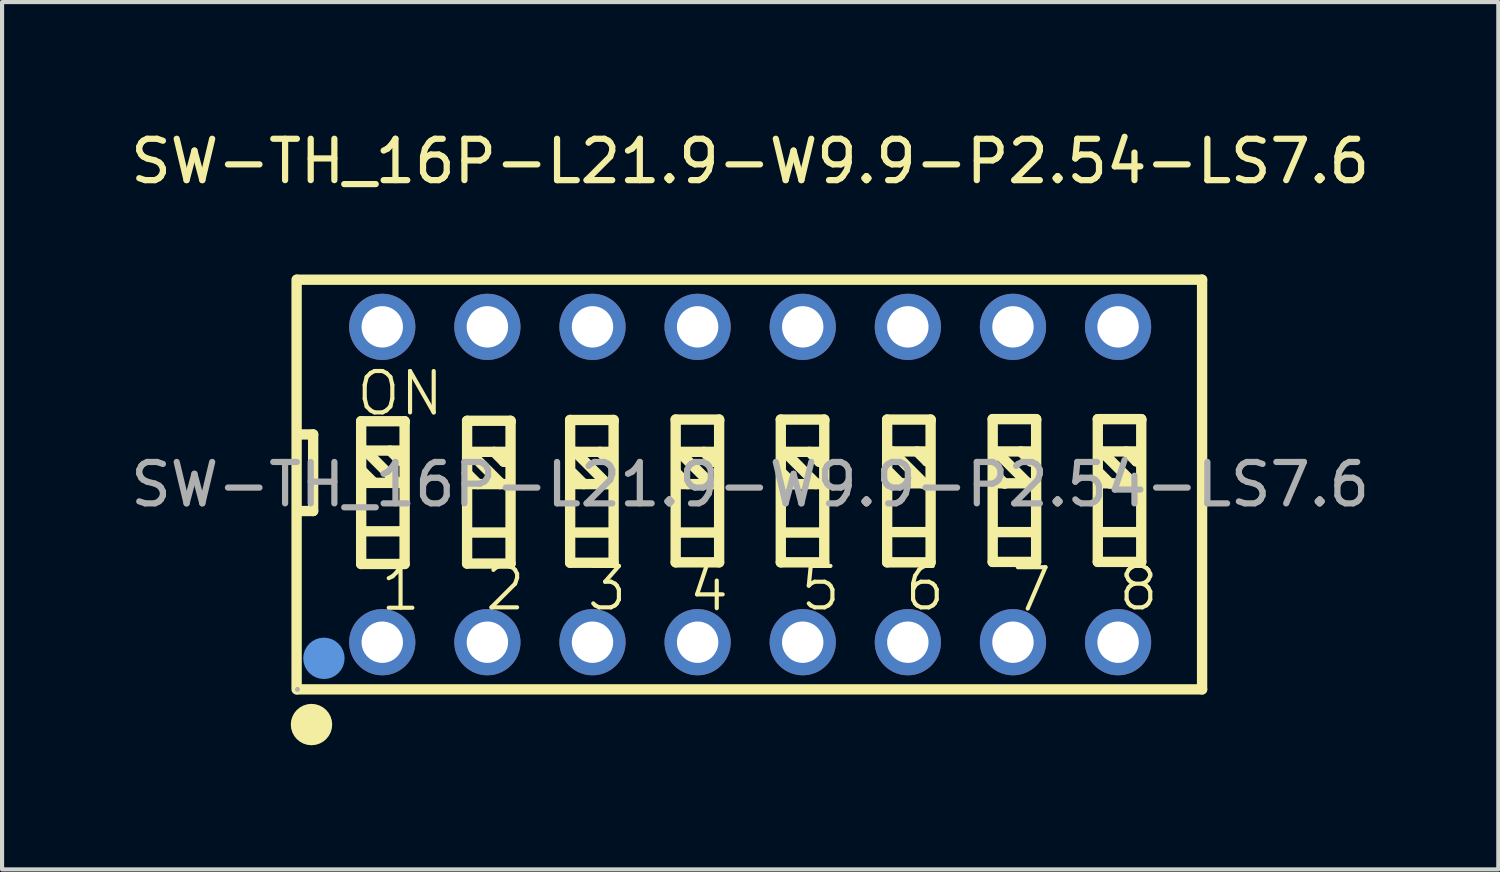
<source format=kicad_pcb>
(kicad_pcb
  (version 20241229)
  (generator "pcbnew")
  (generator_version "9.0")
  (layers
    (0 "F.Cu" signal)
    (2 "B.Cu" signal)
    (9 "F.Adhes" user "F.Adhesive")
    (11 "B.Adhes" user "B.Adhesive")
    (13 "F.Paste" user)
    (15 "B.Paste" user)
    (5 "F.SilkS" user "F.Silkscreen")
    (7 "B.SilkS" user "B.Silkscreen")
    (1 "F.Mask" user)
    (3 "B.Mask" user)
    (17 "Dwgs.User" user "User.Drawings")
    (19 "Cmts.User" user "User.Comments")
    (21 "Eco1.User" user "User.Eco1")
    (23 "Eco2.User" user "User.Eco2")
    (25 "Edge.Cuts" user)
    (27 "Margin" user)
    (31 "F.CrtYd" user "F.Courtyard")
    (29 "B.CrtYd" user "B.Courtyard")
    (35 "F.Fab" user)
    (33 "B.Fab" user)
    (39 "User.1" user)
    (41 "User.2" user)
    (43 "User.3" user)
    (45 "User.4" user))
  (footprint "SW-TH_16P-L21.9-W9.9-P2.54-LS7.6"
    (layer "F.Cu")
    (at 15.077 8.658)
    (property "Reference" "SW-TH_16P-L21.9-W9.9-P2.54-LS7.6" (at 0 -7.81 0) (layer "F.SilkS") (effects (font (size 1 1) (thickness 0.15))))
    (attr through_hole)
    (fp_line (start -10.96 -4.95) (end -10.96 4.95) (stroke (width 0.25) (type solid)) (layer "F.SilkS"))
    (fp_line (start -10.94 -4.95) (end 10.92 -4.95) (stroke (width 0.25) (type solid)) (layer "F.SilkS"))
    (fp_line (start -10.94 4.95) (end 10.92 4.95) (stroke (width 0.25) (type solid)) (layer "F.SilkS"))
    (fp_line (start -10.86 -1.21) (end -10.56 -1.21) (stroke (width 0.25) (type solid)) (layer "F.SilkS"))
    (fp_line (start -10.56 -1.21) (end -10.56 0.64) (stroke (width 0.25) (type solid)) (layer "F.SilkS"))
    (fp_line (start -10.56 0.64) (end -10.84 0.64) (stroke (width 0.25) (type solid)) (layer "F.SilkS"))
    (fp_line (start -9.4 -1.53) (end -9.4 1.92) (stroke (width 0.25) (type solid)) (layer "F.SilkS"))
    (fp_line (start -9.4 1.92) (end -8.35 1.92) (stroke (width 0.25) (type solid)) (layer "F.SilkS"))
    (fp_line (start -9.3 -0.82) (end -8.55 -0.07) (stroke (width 0.25) (type solid)) (layer "F.SilkS"))
    (fp_line (start -9.29 -0.04) (end -8.42 -0.04) (stroke (width 0.25) (type solid)) (layer "F.SilkS"))
    (fp_line (start -9.27 -0.82) (end -8.4 -0.82) (stroke (width 0.25) (type solid)) (layer "F.SilkS"))
    (fp_line (start -9.27 1.13) (end -8.4 1.13) (stroke (width 0.25) (type solid)) (layer "F.SilkS"))
    (fp_line (start -9.09 -0.04) (end -9.36 -0.31) (stroke (width 0.25) (type solid)) (layer "F.SilkS"))
    (fp_line (start -8.7 -0.82) (end -8.46 -0.58) (stroke (width 0.25) (type solid)) (layer "F.SilkS"))
    (fp_line (start -8.55 -0.07) (end -8.55 -0.04) (stroke (width 0.25) (type solid)) (layer "F.SilkS"))
    (fp_line (start -8.46 -0.58) (end -8.43 -0.58) (stroke (width 0.25) (type solid)) (layer "F.SilkS"))
    (fp_line (start -8.35 -1.53) (end -9.4 -1.53) (stroke (width 0.25) (type solid)) (layer "F.SilkS"))
    (fp_line (start -8.35 -1.5) (end -8.35 -1.53) (stroke (width 0.25) (type solid)) (layer "F.SilkS"))
    (fp_line (start -8.35 1.92) (end -8.35 -1.5) (stroke (width 0.25) (type solid)) (layer "F.SilkS"))
    (fp_line (start -6.84 -1.54) (end -6.84 1.91) (stroke (width 0.25) (type solid)) (layer "F.SilkS"))
    (fp_line (start -6.84 1.91) (end -5.79 1.91) (stroke (width 0.25) (type solid)) (layer "F.SilkS"))
    (fp_line (start -6.79 -0.79) (end -6.04 -0.04) (stroke (width 0.25) (type solid)) (layer "F.SilkS"))
    (fp_line (start -6.78 -0.01) (end -5.91 -0.01) (stroke (width 0.25) (type solid)) (layer "F.SilkS"))
    (fp_line (start -6.76 -0.79) (end -5.89 -0.79) (stroke (width 0.25) (type solid)) (layer "F.SilkS"))
    (fp_line (start -6.76 1.16) (end -5.89 1.16) (stroke (width 0.25) (type solid)) (layer "F.SilkS"))
    (fp_line (start -6.58 -0.01) (end -6.85 -0.28) (stroke (width 0.25) (type solid)) (layer "F.SilkS"))
    (fp_line (start -6.19 -0.79) (end -5.95 -0.55) (stroke (width 0.25) (type solid)) (layer "F.SilkS"))
    (fp_line (start -6.04 -0.04) (end -6.04 -0.01) (stroke (width 0.25) (type solid)) (layer "F.SilkS"))
    (fp_line (start -5.95 -0.55) (end -5.92 -0.55) (stroke (width 0.25) (type solid)) (layer "F.SilkS"))
    (fp_line (start -5.79 -1.54) (end -6.84 -1.54) (stroke (width 0.25) (type solid)) (layer "F.SilkS"))
    (fp_line (start -5.79 -1.51) (end -5.79 -1.54) (stroke (width 0.25) (type solid)) (layer "F.SilkS"))
    (fp_line (start -5.79 1.91) (end -5.79 -1.51) (stroke (width 0.25) (type solid)) (layer "F.SilkS"))
    (fp_line (start -4.35 -1.56) (end -4.35 1.89) (stroke (width 0.25) (type solid)) (layer "F.SilkS"))
    (fp_line (start -4.35 1.89) (end -3.3 1.89) (stroke (width 0.25) (type solid)) (layer "F.SilkS"))
    (fp_line (start -4.23 -0.79) (end -3.48 -0.04) (stroke (width 0.25) (type solid)) (layer "F.SilkS"))
    (fp_line (start -4.22 -0.01) (end -3.35 -0.01) (stroke (width 0.25) (type solid)) (layer "F.SilkS"))
    (fp_line (start -4.2 -0.79) (end -3.33 -0.79) (stroke (width 0.25) (type solid)) (layer "F.SilkS"))
    (fp_line (start -4.2 1.16) (end -3.33 1.16) (stroke (width 0.25) (type solid)) (layer "F.SilkS"))
    (fp_line (start -4.02 -0.01) (end -4.29 -0.28) (stroke (width 0.25) (type solid)) (layer "F.SilkS"))
    (fp_line (start -3.63 -0.79) (end -3.39 -0.55) (stroke (width 0.25) (type solid)) (layer "F.SilkS"))
    (fp_line (start -3.48 -0.04) (end -3.48 -0.01) (stroke (width 0.25) (type solid)) (layer "F.SilkS"))
    (fp_line (start -3.39 -0.55) (end -3.36 -0.55) (stroke (width 0.25) (type solid)) (layer "F.SilkS"))
    (fp_line (start -3.3 -1.56) (end -4.35 -1.56) (stroke (width 0.25) (type solid)) (layer "F.SilkS"))
    (fp_line (start -3.3 -1.53) (end -3.3 -1.56) (stroke (width 0.25) (type solid)) (layer "F.SilkS"))
    (fp_line (start -3.3 1.89) (end -3.3 -1.53) (stroke (width 0.25) (type solid)) (layer "F.SilkS"))
    (fp_line (start -1.8 -1.57) (end -1.8 1.88) (stroke (width 0.25) (type solid)) (layer "F.SilkS"))
    (fp_line (start -1.8 1.88) (end -0.75 1.88) (stroke (width 0.25) (type solid)) (layer "F.SilkS"))
    (fp_line (start -1.72 -0.79) (end -0.97 -0.04) (stroke (width 0.25) (type solid)) (layer "F.SilkS"))
    (fp_line (start -1.71 -0.01) (end -0.84 -0.01) (stroke (width 0.25) (type solid)) (layer "F.SilkS"))
    (fp_line (start -1.69 -0.79) (end -0.82 -0.79) (stroke (width 0.25) (type solid)) (layer "F.SilkS"))
    (fp_line (start -1.69 1.16) (end -0.82 1.16) (stroke (width 0.25) (type solid)) (layer "F.SilkS"))
    (fp_line (start -1.51 -0.01) (end -1.78 -0.28) (stroke (width 0.25) (type solid)) (layer "F.SilkS"))
    (fp_line (start -1.12 -0.79) (end -0.88 -0.55) (stroke (width 0.25) (type solid)) (layer "F.SilkS"))
    (fp_line (start -0.97 -0.04) (end -0.97 -0.01) (stroke (width 0.25) (type solid)) (layer "F.SilkS"))
    (fp_line (start -0.88 -0.55) (end -0.85 -0.55) (stroke (width 0.25) (type solid)) (layer "F.SilkS"))
    (fp_line (start -0.75 -1.57) (end -1.8 -1.57) (stroke (width 0.25) (type solid)) (layer "F.SilkS"))
    (fp_line (start -0.75 -1.54) (end -0.75 -1.57) (stroke (width 0.25) (type solid)) (layer "F.SilkS"))
    (fp_line (start -0.75 1.88) (end -0.75 -1.54) (stroke (width 0.25) (type solid)) (layer "F.SilkS"))
    (fp_line (start 0.74 -1.57) (end 0.74 1.88) (stroke (width 0.25) (type solid)) (layer "F.SilkS"))
    (fp_line (start 0.74 1.88) (end 1.79 1.88) (stroke (width 0.25) (type solid)) (layer "F.SilkS"))
    (fp_line (start 0.83 -0.79) (end 1.58 -0.04) (stroke (width 0.25) (type solid)) (layer "F.SilkS"))
    (fp_line (start 0.84 -0.01) (end 1.71 -0.01) (stroke (width 0.25) (type solid)) (layer "F.SilkS"))
    (fp_line (start 0.86 -0.79) (end 1.73 -0.79) (stroke (width 0.25) (type solid)) (layer "F.SilkS"))
    (fp_line (start 0.86 1.16) (end 1.73 1.16) (stroke (width 0.25) (type solid)) (layer "F.SilkS"))
    (fp_line (start 1.04 -0.01) (end 0.77 -0.28) (stroke (width 0.25) (type solid)) (layer "F.SilkS"))
    (fp_line (start 1.43 -0.79) (end 1.67 -0.55) (stroke (width 0.25) (type solid)) (layer "F.SilkS"))
    (fp_line (start 1.58 -0.04) (end 1.58 -0.01) (stroke (width 0.25) (type solid)) (layer "F.SilkS"))
    (fp_line (start 1.67 -0.55) (end 1.7 -0.55) (stroke (width 0.25) (type solid)) (layer "F.SilkS"))
    (fp_line (start 1.79 -1.57) (end 0.74 -1.57) (stroke (width 0.25) (type solid)) (layer "F.SilkS"))
    (fp_line (start 1.79 -1.54) (end 1.79 -1.57) (stroke (width 0.25) (type solid)) (layer "F.SilkS"))
    (fp_line (start 1.79 1.88) (end 1.79 -1.54) (stroke (width 0.25) (type solid)) (layer "F.SilkS"))
    (fp_line (start 3.31 -1.57) (end 3.31 1.88) (stroke (width 0.25) (type solid)) (layer "F.SilkS"))
    (fp_line (start 3.31 1.88) (end 4.36 1.88) (stroke (width 0.25) (type solid)) (layer "F.SilkS"))
    (fp_line (start 3.43 -0.8) (end 4.18 -0.05) (stroke (width 0.25) (type solid)) (layer "F.SilkS"))
    (fp_line (start 3.44 -0.03) (end 4.31 -0.03) (stroke (width 0.25) (type solid)) (layer "F.SilkS"))
    (fp_line (start 3.46 -0.8) (end 4.33 -0.8) (stroke (width 0.25) (type solid)) (layer "F.SilkS"))
    (fp_line (start 3.46 1.15) (end 4.33 1.15) (stroke (width 0.25) (type solid)) (layer "F.SilkS"))
    (fp_line (start 3.64 -0.02) (end 3.37 -0.29) (stroke (width 0.25) (type solid)) (layer "F.SilkS"))
    (fp_line (start 4.03 -0.8) (end 4.27 -0.56) (stroke (width 0.25) (type solid)) (layer "F.SilkS"))
    (fp_line (start 4.18 -0.05) (end 4.18 -0.02) (stroke (width 0.25) (type solid)) (layer "F.SilkS"))
    (fp_line (start 4.27 -0.56) (end 4.3 -0.56) (stroke (width 0.25) (type solid)) (layer "F.SilkS"))
    (fp_line (start 4.36 -1.57) (end 3.31 -1.57) (stroke (width 0.25) (type solid)) (layer "F.SilkS"))
    (fp_line (start 4.36 -1.54) (end 4.36 -1.57) (stroke (width 0.25) (type solid)) (layer "F.SilkS"))
    (fp_line (start 4.36 1.88) (end 4.36 -1.54) (stroke (width 0.25) (type solid)) (layer "F.SilkS"))
    (fp_line (start 5.86 -1.58) (end 5.86 1.87) (stroke (width 0.25) (type solid)) (layer "F.SilkS"))
    (fp_line (start 5.86 1.87) (end 6.91 1.87) (stroke (width 0.25) (type solid)) (layer "F.SilkS"))
    (fp_line (start 5.94 -0.8) (end 6.69 -0.05) (stroke (width 0.25) (type solid)) (layer "F.SilkS"))
    (fp_line (start 5.95 -0.03) (end 6.82 -0.03) (stroke (width 0.25) (type solid)) (layer "F.SilkS"))
    (fp_line (start 5.97 -0.8) (end 6.84 -0.8) (stroke (width 0.25) (type solid)) (layer "F.SilkS"))
    (fp_line (start 5.97 1.15) (end 6.84 1.15) (stroke (width 0.25) (type solid)) (layer "F.SilkS"))
    (fp_line (start 6.15 -0.02) (end 5.88 -0.29) (stroke (width 0.25) (type solid)) (layer "F.SilkS"))
    (fp_line (start 6.54 -0.8) (end 6.78 -0.56) (stroke (width 0.25) (type solid)) (layer "F.SilkS"))
    (fp_line (start 6.69 -0.05) (end 6.69 -0.02) (stroke (width 0.25) (type solid)) (layer "F.SilkS"))
    (fp_line (start 6.78 -0.56) (end 6.81 -0.56) (stroke (width 0.25) (type solid)) (layer "F.SilkS"))
    (fp_line (start 6.91 -1.58) (end 5.86 -1.58) (stroke (width 0.25) (type solid)) (layer "F.SilkS"))
    (fp_line (start 6.91 -1.55) (end 6.91 -1.58) (stroke (width 0.25) (type solid)) (layer "F.SilkS"))
    (fp_line (start 6.91 1.87) (end 6.91 -1.55) (stroke (width 0.25) (type solid)) (layer "F.SilkS"))
    (fp_line (start 8.4 -1.58) (end 8.4 1.87) (stroke (width 0.25) (type solid)) (layer "F.SilkS"))
    (fp_line (start 8.4 1.87) (end 9.45 1.87) (stroke (width 0.25) (type solid)) (layer "F.SilkS"))
    (fp_line (start 8.49 -0.8) (end 9.24 -0.05) (stroke (width 0.25) (type solid)) (layer "F.SilkS"))
    (fp_line (start 8.5 -0.03) (end 9.37 -0.03) (stroke (width 0.25) (type solid)) (layer "F.SilkS"))
    (fp_line (start 8.52 -0.8) (end 9.39 -0.8) (stroke (width 0.25) (type solid)) (layer "F.SilkS"))
    (fp_line (start 8.52 1.15) (end 9.39 1.15) (stroke (width 0.25) (type solid)) (layer "F.SilkS"))
    (fp_line (start 8.7 -0.02) (end 8.43 -0.29) (stroke (width 0.25) (type solid)) (layer "F.SilkS"))
    (fp_line (start 9.09 -0.8) (end 9.33 -0.56) (stroke (width 0.25) (type solid)) (layer "F.SilkS"))
    (fp_line (start 9.24 -0.05) (end 9.24 -0.02) (stroke (width 0.25) (type solid)) (layer "F.SilkS"))
    (fp_line (start 9.33 -0.56) (end 9.36 -0.56) (stroke (width 0.25) (type solid)) (layer "F.SilkS"))
    (fp_line (start 9.45 -1.58) (end 8.4 -1.58) (stroke (width 0.25) (type solid)) (layer "F.SilkS"))
    (fp_line (start 9.45 -1.55) (end 9.45 -1.58) (stroke (width 0.25) (type solid)) (layer "F.SilkS"))
    (fp_line (start 9.45 1.87) (end 9.45 -1.55) (stroke (width 0.25) (type solid)) (layer "F.SilkS"))
    (fp_line (start 10.92 -4.95) (end 10.92 4.95) (stroke (width 0.25) (type solid)) (layer "F.SilkS"))
    (fp_circle (center -10.6 5.8) (end -10.35 5.8) (stroke (width 0.5) (type solid)) (fill no) (layer "F.SilkS"))
    (fp_circle (center -10.3 4.2) (end -10.05 4.2) (stroke (width 0.5) (type solid)) (fill no) (layer "Cmts.User"))
    (fp_circle (center -10.94 4.95) (end -10.91 4.95) (stroke (width 0.06) (type solid)) (fill no) (layer "F.Fab"))
    (fp_text user "5" (at 1.16 2.51 0) (layer "F.SilkS") (effects (font (size 1 1) (thickness 0.1)) (justify left)))
    (fp_text user "8" (at 8.84 2.51 0) (layer "F.SilkS") (effects (font (size 1 1) (thickness 0.1)) (justify left)))
    (fp_text user "4" (at -1.54 2.53 0) (layer "F.SilkS") (effects (font (size 1 1) (thickness 0.1)) (justify left)))
    (fp_text user "6" (at 3.68 2.51 0) (layer "F.SilkS") (effects (font (size 1 1) (thickness 0.1)) (justify left)))
    (fp_text user "7" (at 6.26 2.54 0) (layer "F.SilkS") (effects (font (size 1 1) (thickness 0.1)) (justify left)))
    (fp_text user "3" (at -4 2.51 0) (layer "F.SilkS") (effects (font (size 1 1) (thickness 0.1)) (justify left)))
    (fp_text user "ON" (at -9.57 -2.2 0) (layer "F.SilkS") (effects (font (size 1 1) (thickness 0.1)) (justify left)))
    (fp_text user "2" (at -6.46 2.51 0) (layer "F.SilkS") (effects (font (size 1 1) (thickness 0.1)) (justify left)))
    (fp_text user "1" (at -8.99 2.52 0) (layer "F.SilkS") (effects (font (size 1 1) (thickness 0.1)) (justify left)))
    (fp_text user "${REFERENCE}" (at 0 0 0) (layer "F.Fab") (effects (font (size 1 1) (thickness 0.15))))
    (pad "1" thru_hole circle (at -8.89 3.81) (size 1.6 1.6) (drill 1) (layers "*.Cu" "*.Paste" "*.Mask"))
    (pad "2" thru_hole circle (at -6.35 3.81) (size 1.6 1.6) (drill 1) (layers "*.Cu" "*.Paste" "*.Mask"))
    (pad "3" thru_hole circle (at -3.81 3.81) (size 1.6 1.6) (drill 1) (layers "*.Cu" "*.Paste" "*.Mask"))
    (pad "4" thru_hole circle (at -1.27 3.81) (size 1.6 1.6) (drill 1) (layers "*.Cu" "*.Paste" "*.Mask"))
    (pad "5" thru_hole circle (at 1.27 3.81) (size 1.6 1.6) (drill 1) (layers "*.Cu" "*.Paste" "*.Mask"))
    (pad "6" thru_hole circle (at 3.81 3.81) (size 1.6 1.6) (drill 1) (layers "*.Cu" "*.Paste" "*.Mask"))
    (pad "7" thru_hole circle (at 6.35 3.81) (size 1.6 1.6) (drill 1) (layers "*.Cu" "*.Paste" "*.Mask"))
    (pad "8" thru_hole circle (at 8.89 3.81) (size 1.6 1.6) (drill 1) (layers "*.Cu" "*.Paste" "*.Mask"))
    (pad "9" thru_hole circle (at 8.89 -3.81) (size 1.6 1.6) (drill 1) (layers "*.Cu" "*.Paste" "*.Mask"))
    (pad "10" thru_hole circle (at 6.35 -3.81) (size 1.6 1.6) (drill 1) (layers "*.Cu" "*.Paste" "*.Mask"))
    (pad "11" thru_hole circle (at 3.81 -3.81) (size 1.6 1.6) (drill 1) (layers "*.Cu" "*.Paste" "*.Mask"))
    (pad "12" thru_hole circle (at 1.27 -3.81) (size 1.6 1.6) (drill 1) (layers "*.Cu" "*.Paste" "*.Mask"))
    (pad "13" thru_hole circle (at -1.27 -3.81) (size 1.6 1.6) (drill 1) (layers "*.Cu" "*.Paste" "*.Mask"))
    (pad "14" thru_hole circle (at -3.81 -3.81) (size 1.6 1.6) (drill 1) (layers "*.Cu" "*.Paste" "*.Mask"))
    (pad "15" thru_hole circle (at -6.35 -3.81) (size 1.6 1.6) (drill 1) (layers "*.Cu" "*.Paste" "*.Mask"))
    (pad "16" thru_hole circle (at -8.89 -3.81) (size 1.6 1.6) (drill 1) (layers "*.Cu" "*.Paste" "*.Mask")))
  (gr_rect
    (start -3 -3)
    (end 33.155 17.958)
    (stroke (width 0.1) (type default))
    (fill no)
    (layer "Edge.Cuts")))
</source>
